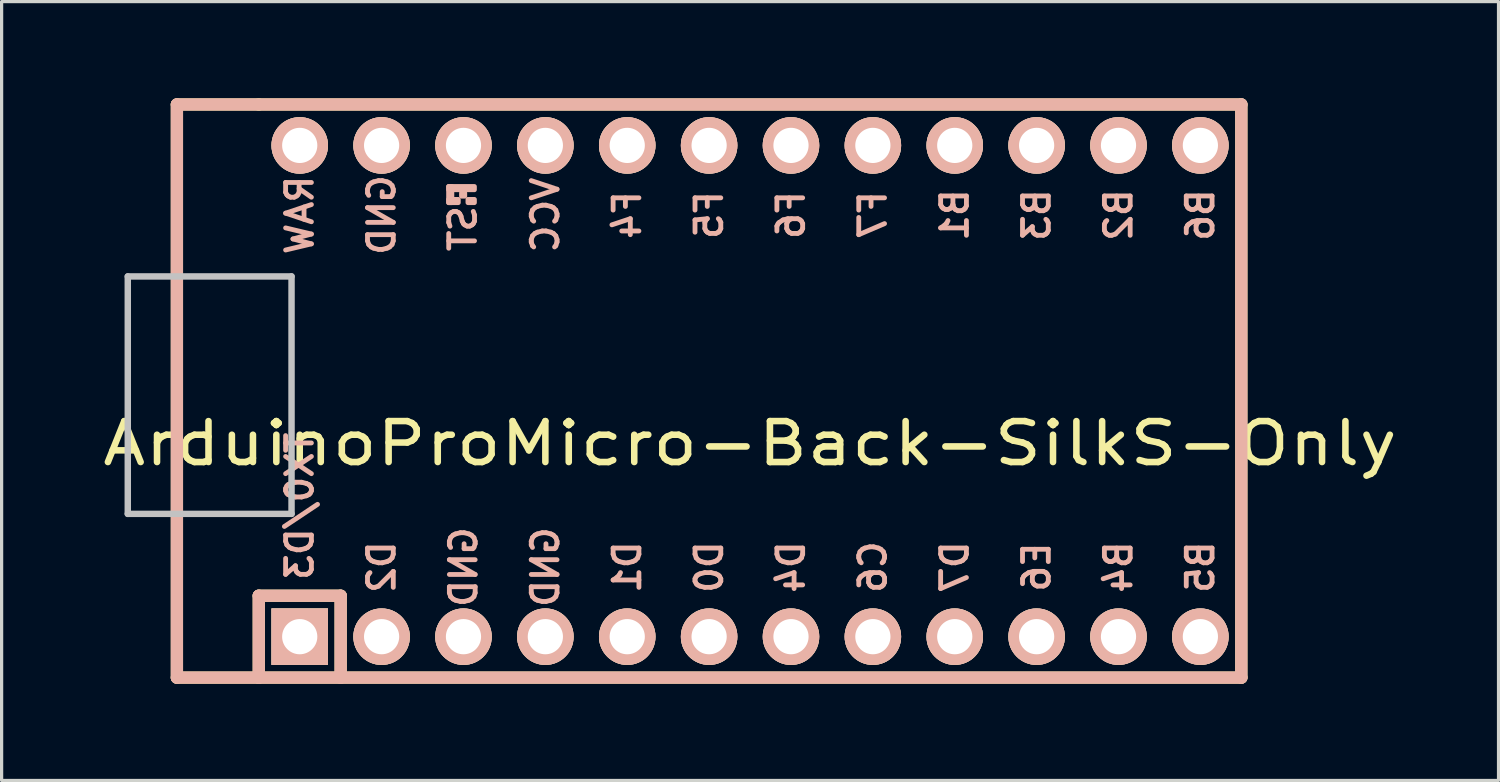
<source format=kicad_pcb>
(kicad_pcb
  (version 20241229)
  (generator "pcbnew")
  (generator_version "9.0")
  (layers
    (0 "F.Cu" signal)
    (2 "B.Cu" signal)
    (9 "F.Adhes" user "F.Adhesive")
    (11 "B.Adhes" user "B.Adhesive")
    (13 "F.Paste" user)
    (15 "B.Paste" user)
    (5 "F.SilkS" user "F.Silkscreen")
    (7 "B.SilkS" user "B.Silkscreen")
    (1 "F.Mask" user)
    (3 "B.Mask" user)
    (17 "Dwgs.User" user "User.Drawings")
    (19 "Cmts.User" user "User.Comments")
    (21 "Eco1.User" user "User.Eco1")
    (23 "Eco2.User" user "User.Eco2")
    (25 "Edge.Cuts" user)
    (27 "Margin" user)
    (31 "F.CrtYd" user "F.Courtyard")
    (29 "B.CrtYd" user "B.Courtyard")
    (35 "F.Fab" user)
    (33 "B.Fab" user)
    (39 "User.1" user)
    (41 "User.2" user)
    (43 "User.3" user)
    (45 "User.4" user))
  (footprint "ArduinoProMicro-Back-SilkS-Only"
    (layer "F.Cu")
    (at 20.218 9.081)
    (property "Reference" "ArduinoProMicro-Back-SilkS-Only" (at 0 1.625 0) (layer "F.SilkS") (effects (font (size 1.27 1.524) (thickness 0.203))))
    (attr through_hole)
    (fp_line (start -17.78 -8.89) (end -17.78 8.89) (stroke (width 0.381) (type solid)) (layer "F.SilkS"))
    (fp_line (start -17.78 8.89) (end -15.24 8.89) (stroke (width 0.381) (type solid)) (layer "F.SilkS"))
    (fp_line (start -15.24 -8.89) (end -17.78 -8.89) (stroke (width 0.381) (type solid)) (layer "F.SilkS"))
    (fp_line (start -15.24 6.35) (end -15.24 8.89) (stroke (width 0.381) (type solid)) (layer "F.SilkS"))
    (fp_line (start -15.24 6.35) (end -12.7 6.35) (stroke (width 0.381) (type solid)) (layer "F.SilkS"))
    (fp_line (start -15.24 8.89) (end 15.24 8.89) (stroke (width 0.381) (type solid)) (layer "F.SilkS"))
    (fp_line (start -12.7 6.35) (end -12.7 8.89) (stroke (width 0.381) (type solid)) (layer "F.SilkS"))
    (fp_line (start 15.24 -8.89) (end -15.24 -8.89) (stroke (width 0.381) (type solid)) (layer "F.SilkS"))
    (fp_line (start 15.24 8.89) (end 15.24 -8.89) (stroke (width 0.381) (type solid)) (layer "F.SilkS"))
    (fp_line (start -17.78 -8.89) (end -17.78 8.89) (stroke (width 0.381) (type solid)) (layer "B.SilkS"))
    (fp_line (start -17.78 8.89) (end 15.24 8.89) (stroke (width 0.381) (type solid)) (layer "B.SilkS"))
    (fp_line (start -15.24 6.35) (end -15.24 8.89) (stroke (width 0.381) (type solid)) (layer "B.SilkS"))
    (fp_line (start -15.24 6.35) (end -12.7 6.35) (stroke (width 0.381) (type solid)) (layer "B.SilkS"))
    (fp_line (start -12.7 6.35) (end -12.7 8.89) (stroke (width 0.381) (type solid)) (layer "B.SilkS"))
    (fp_line (start 15.24 -8.89) (end -17.78 -8.89) (stroke (width 0.381) (type solid)) (layer "B.SilkS"))
    (fp_line (start 15.24 8.89) (end 15.24 -8.89) (stroke (width 0.381) (type solid)) (layer "B.SilkS"))
    (fp_poly (pts (xy -9.351 -6.245) (xy -8.551 -6.245) (xy -8.551 -6.345) (xy -9.351 -6.345)) (stroke (width 0.15) (type solid)) (fill yes) (layer "B.SilkS"))
    (fp_poly (pts (xy -9.351 -5.845) (xy -9.251 -5.845) (xy -9.251 -6.345) (xy -9.351 -6.345)) (stroke (width 0.15) (type solid)) (fill yes) (layer "B.SilkS"))
    (fp_poly (pts (xy -9.351 -5.845) (xy -9.051 -5.845) (xy -9.051 -5.945) (xy -9.351 -5.945)) (stroke (width 0.15) (type solid)) (fill yes) (layer "B.SilkS"))
    (fp_poly (pts (xy -8.951 -6.045) (xy -8.851 -6.045) (xy -8.851 -6.145) (xy -8.951 -6.145)) (stroke (width 0.15) (type solid)) (fill yes) (layer "B.SilkS"))
    (fp_poly (pts (xy -8.751 -5.845) (xy -8.551 -5.845) (xy -8.551 -5.945) (xy -8.751 -5.945)) (stroke (width 0.15) (type solid)) (fill yes) (layer "B.SilkS"))
    (fp_line (start -19.304 -3.556) (end -14.224 -3.556) (stroke (width 0.2) (type solid)) (layer "Dwgs.User"))
    (fp_line (start -19.304 3.81) (end -19.304 -3.556) (stroke (width 0.2) (type solid)) (layer "Dwgs.User"))
    (fp_line (start -14.224 -3.556) (end -14.224 3.81) (stroke (width 0.2) (type solid)) (layer "Dwgs.User"))
    (fp_line (start -14.224 3.81) (end -19.304 3.81) (stroke (width 0.2) (type solid)) (layer "Dwgs.User"))
    (fp_text user "B5" (at 13.97 5.461 90) (layer "B.SilkS") (effects (font (size 0.8 0.8) (thickness 0.15)) (justify mirror)))
    (fp_text user "D2" (at -11.43 5.461 90) (layer "B.SilkS") (effects (font (size 0.8 0.8) (thickness 0.15)) (justify mirror)))
    (fp_text user "GND" (at -11.43 -5.461 90) (layer "B.SilkS") (effects (font (size 0.8 0.8) (thickness 0.15)) (justify mirror)))
    (fp_text user "F5" (at -1.27 -5.461 90) (layer "B.SilkS") (effects (font (size 0.8 0.8) (thickness 0.15)) (justify mirror)))
    (fp_text user "B3" (at 8.89 -5.461 90) (layer "B.SilkS") (effects (font (size 0.8 0.8) (thickness 0.15)) (justify mirror)))
    (fp_text user "D0" (at -1.27 5.461 90) (layer "B.SilkS") (effects (font (size 0.8 0.8) (thickness 0.15)) (justify mirror)))
    (fp_text user "TX0/D3" (at -13.97 3.572 90) (layer "B.SilkS") (effects (font (size 0.8 0.8) (thickness 0.15)) (justify mirror)))
    (fp_text user "VCC" (at -6.35 -5.461 90) (layer "B.SilkS") (effects (font (size 0.8 0.8) (thickness 0.15)) (justify mirror)))
    (fp_text user "B1" (at 6.35 -5.461 90) (layer "B.SilkS") (effects (font (size 0.8 0.8) (thickness 0.15)) (justify mirror)))
    (fp_text user "GND" (at -6.35 5.461 90) (layer "B.SilkS") (effects (font (size 0.8 0.8) (thickness 0.15)) (justify mirror)))
    (fp_text user "GND" (at -8.89 5.461 90) (layer "B.SilkS") (effects (font (size 0.8 0.8) (thickness 0.15)) (justify mirror)))
    (fp_text user "D1" (at -3.81 5.461 90) (layer "B.SilkS") (effects (font (size 0.8 0.8) (thickness 0.15)) (justify mirror)))
    (fp_text user "B4" (at 11.43 5.461 90) (layer "B.SilkS") (effects (font (size 0.8 0.8) (thickness 0.15)) (justify mirror)))
    (fp_text user "B6" (at 13.97 -5.461 90) (layer "B.SilkS") (effects (font (size 0.8 0.8) (thickness 0.15)) (justify mirror)))
    (fp_text user "RAW" (at -13.97 -5.461 90) (layer "B.SilkS") (effects (font (size 0.8 0.8) (thickness 0.15)) (justify mirror)))
    (fp_text user "ST" (at -8.91 -5.04 90) (layer "B.SilkS") (effects (font (size 0.8 0.8) (thickness 0.15)) (justify mirror)))
    (fp_text user "F6" (at 1.27 -5.461 90) (layer "B.SilkS") (effects (font (size 0.8 0.8) (thickness 0.15)) (justify mirror)))
    (fp_text user "E6" (at 8.89 5.461 90) (layer "B.SilkS") (effects (font (size 0.8 0.8) (thickness 0.15)) (justify mirror)))
    (fp_text user "F7" (at 3.81 -5.461 90) (layer "B.SilkS") (effects (font (size 0.8 0.8) (thickness 0.15)) (justify mirror)))
    (fp_text user "D7" (at 6.35 5.461 90) (layer "B.SilkS") (effects (font (size 0.8 0.8) (thickness 0.15)) (justify mirror)))
    (fp_text user "C6" (at 3.81 5.461 90) (layer "B.SilkS") (effects (font (size 0.8 0.8) (thickness 0.15)) (justify mirror)))
    (fp_text user "F4" (at -3.81 -5.461 90) (layer "B.SilkS") (effects (font (size 0.8 0.8) (thickness 0.15)) (justify mirror)))
    (fp_text user "B2" (at 11.43 -5.461 90) (layer "B.SilkS") (effects (font (size 0.8 0.8) (thickness 0.15)) (justify mirror)))
    (fp_text user "D4" (at 1.27 5.461 90) (layer "B.SilkS") (effects (font (size 0.8 0.8) (thickness 0.15)) (justify mirror)))
    (pad "1" thru_hole rect (at -13.97 7.62) (size 1.753 1.753) (drill 1.092) (layers "*.Cu" "*.SilkS" "*.Mask"))
    (pad "2" thru_hole circle (at -11.43 7.62) (size 1.753 1.753) (drill 1.092) (layers "*.Cu" "*.SilkS" "*.Mask"))
    (pad "3" thru_hole circle (at -8.89 7.62) (size 1.753 1.753) (drill 1.092) (layers "*.Cu" "*.SilkS" "*.Mask"))
    (pad "4" thru_hole circle (at -6.35 7.62) (size 1.753 1.753) (drill 1.092) (layers "*.Cu" "*.SilkS" "*.Mask"))
    (pad "5" thru_hole circle (at -3.81 7.62) (size 1.753 1.753) (drill 1.092) (layers "*.Cu" "*.SilkS" "*.Mask"))
    (pad "6" thru_hole circle (at -1.27 7.62) (size 1.753 1.753) (drill 1.092) (layers "*.Cu" "*.SilkS" "*.Mask"))
    (pad "7" thru_hole circle (at 1.27 7.62) (size 1.753 1.753) (drill 1.092) (layers "*.Cu" "*.SilkS" "*.Mask"))
    (pad "8" thru_hole circle (at 3.81 7.62) (size 1.753 1.753) (drill 1.092) (layers "*.Cu" "*.SilkS" "*.Mask"))
    (pad "9" thru_hole circle (at 6.35 7.62) (size 1.753 1.753) (drill 1.092) (layers "*.Cu" "*.SilkS" "*.Mask"))
    (pad "10" thru_hole circle (at 8.89 7.62) (size 1.753 1.753) (drill 1.092) (layers "*.Cu" "*.SilkS" "*.Mask"))
    (pad "11" thru_hole circle (at 11.43 7.62) (size 1.753 1.753) (drill 1.092) (layers "*.Cu" "*.SilkS" "*.Mask"))
    (pad "12" thru_hole circle (at 13.97 7.62) (size 1.753 1.753) (drill 1.092) (layers "*.Cu" "*.SilkS" "*.Mask"))
    (pad "13" thru_hole circle (at 13.97 -7.62) (size 1.753 1.753) (drill 1.092) (layers "*.Cu" "*.SilkS" "*.Mask"))
    (pad "14" thru_hole circle (at 11.43 -7.62) (size 1.753 1.753) (drill 1.092) (layers "*.Cu" "*.SilkS" "*.Mask"))
    (pad "15" thru_hole circle (at 8.89 -7.62) (size 1.753 1.753) (drill 1.092) (layers "*.Cu" "*.SilkS" "*.Mask"))
    (pad "16" thru_hole circle (at 6.35 -7.62) (size 1.753 1.753) (drill 1.092) (layers "*.Cu" "*.SilkS" "*.Mask"))
    (pad "17" thru_hole circle (at 3.81 -7.62) (size 1.753 1.753) (drill 1.092) (layers "*.Cu" "*.SilkS" "*.Mask"))
    (pad "18" thru_hole circle (at 1.27 -7.62) (size 1.753 1.753) (drill 1.092) (layers "*.Cu" "*.SilkS" "*.Mask"))
    (pad "19" thru_hole circle (at -1.27 -7.62) (size 1.753 1.753) (drill 1.092) (layers "*.Cu" "*.SilkS" "*.Mask"))
    (pad "20" thru_hole circle (at -3.81 -7.62) (size 1.753 1.753) (drill 1.092) (layers "*.Cu" "*.SilkS" "*.Mask"))
    (pad "21" thru_hole circle (at -6.35 -7.62) (size 1.753 1.753) (drill 1.092) (layers "*.Cu" "*.SilkS" "*.Mask"))
    (pad "22" thru_hole circle (at -8.89 -7.62) (size 1.753 1.753) (drill 1.092) (layers "*.Cu" "*.SilkS" "*.Mask"))
    (pad "23" thru_hole circle (at -11.43 -7.62) (size 1.753 1.753) (drill 1.092) (layers "*.Cu" "*.SilkS" "*.Mask"))
    (pad "24" thru_hole circle (at -13.97 -7.62) (size 1.753 1.753) (drill 1.092) (layers "*.Cu" "*.SilkS" "*.Mask")))
  (gr_rect
    (start -3 -3)
    (end 43.437 21.161)
    (stroke (width 0.1) (type default))
    (fill no)
    (layer "Edge.Cuts")))
</source>
